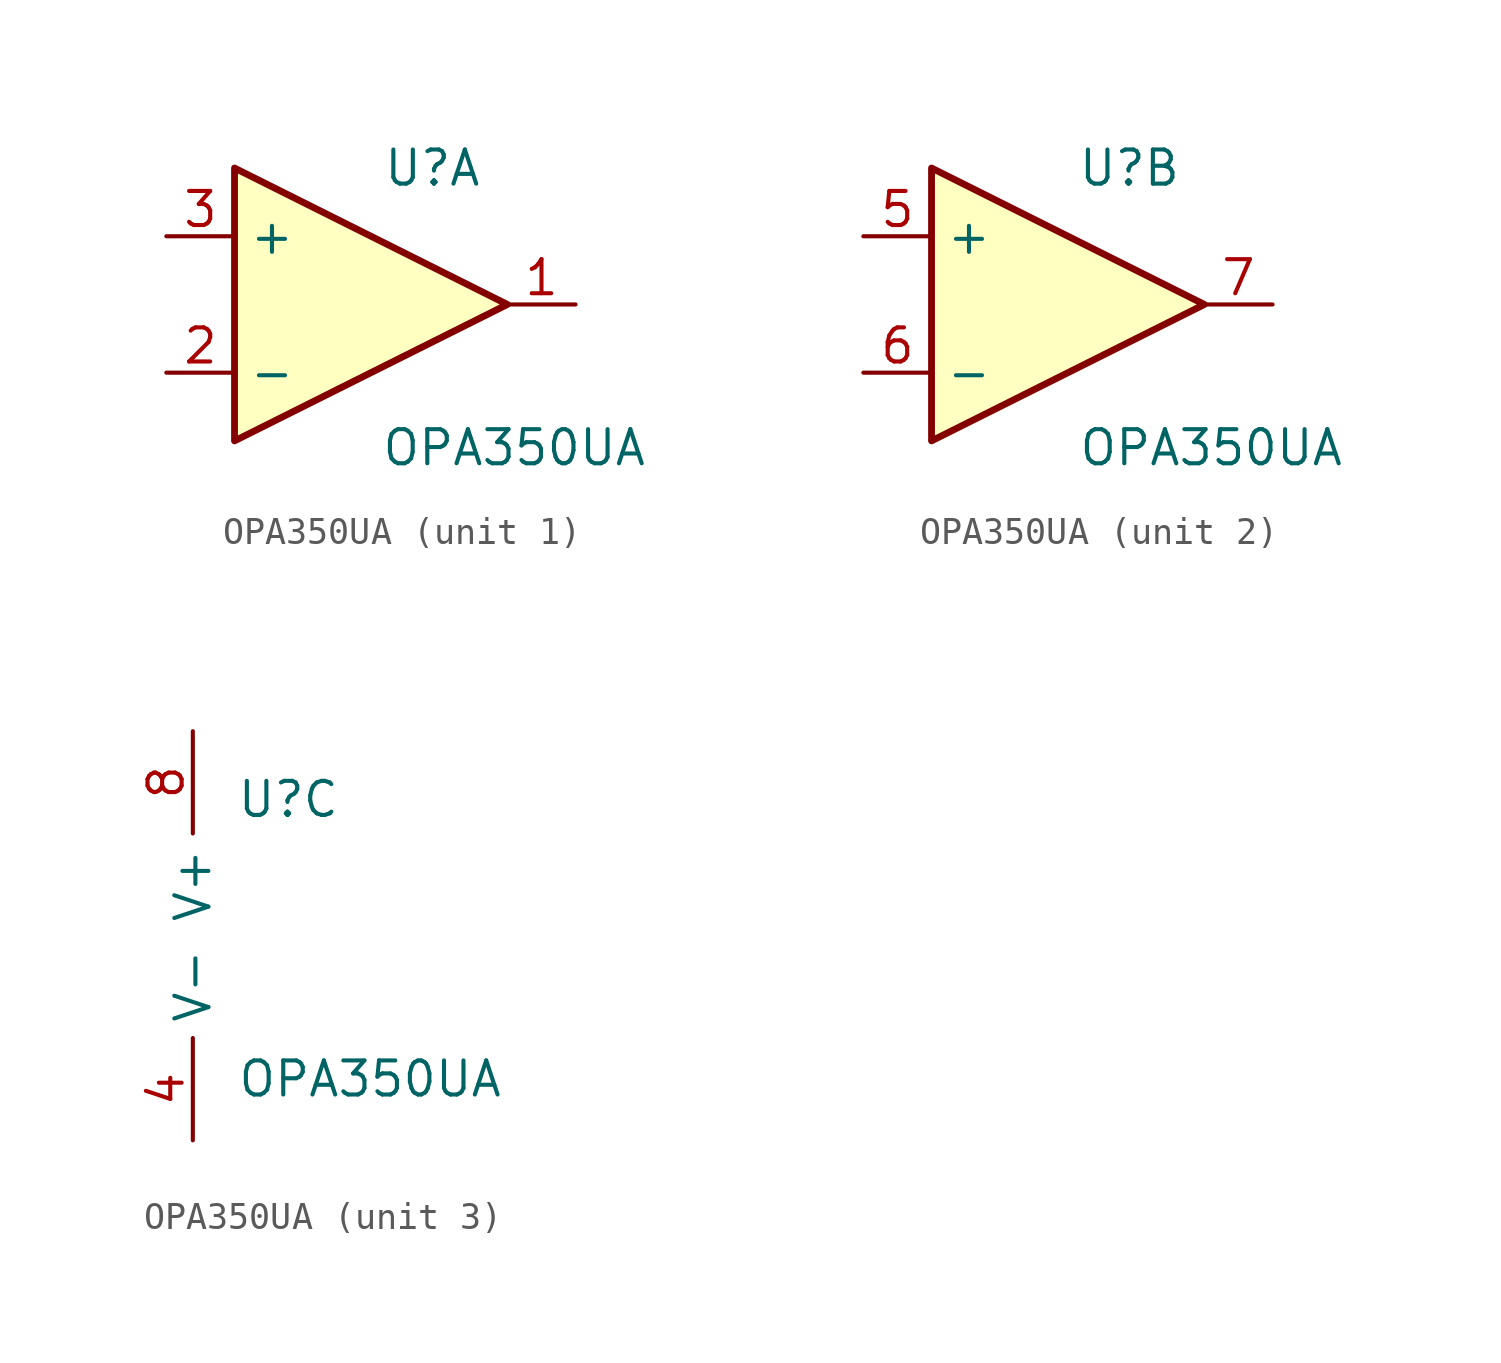
<source format=kicad_sym>
(kicad_symbol_lib
  (version 20241209)
  (generator "kicad_symbol_editor")
  (generator_version "9.0")
  (symbol "OPA350UA"
    (property "Reference" "U"
      (at 3.556 5.08 0)
      (effects (font (size 1.27 1.27))))
    (property "Value" "OPA350UA"
      (at 6.604 -5.334 0)
      (effects (font (size 1.27 1.27))))
    (property "ki_locked" ""
      (at 0 0 0)
      (effects (font (size 1.27 1.27))))
    (symbol "OPA350UA_1_1"
      (polyline (pts (xy -3.81 5.08) (xy 6.35 0) (xy -3.81 -5.08) (xy -3.81 5.08)) (stroke (width 0.254) (type solid)) (fill (type background)))
      (pin input line (at -6.35 2.54 0) (length 2.54) (name "+" (effects (font (size 1.27 1.27)))) (number "3" (effects (font (size 1.27 1.27)))))
      (pin input line (at -6.35 -2.54 0) (length 2.54) (name "-" (effects (font (size 1.27 1.27)))) (number "2" (effects (font (size 1.27 1.27)))))
      (pin output line (at 8.89 0 180) (length 2.54) (name "~" (effects (font (size 1.27 1.27)))) (number "1" (effects (font (size 1.27 1.27))))))
    (symbol "OPA350UA_2_1"
      (polyline (pts (xy -3.81 5.08) (xy 6.35 0) (xy -3.81 -5.08) (xy -3.81 5.08)) (stroke (width 0.254) (type default)) (fill (type background)))
      (pin input line (at -6.35 2.54 0) (length 2.54) (name "+" (effects (font (size 1.27 1.27)))) (number "5" (effects (font (size 1.27 1.27)))))
      (pin input line (at -6.35 -2.54 0) (length 2.54) (name "-" (effects (font (size 1.27 1.27)))) (number "6" (effects (font (size 1.27 1.27)))))
      (pin output line (at 8.89 0 180) (length 2.54) (name "~" (effects (font (size 1.27 1.27)))) (number "7" (effects (font (size 1.27 1.27))))))
    (symbol "OPA350UA_3_1"
      (pin power_in line (at 0 7.62 270) (length 3.81) (name "V+" (effects (font (size 1.27 1.27)))) (number "8" (effects (font (size 1.27 1.27)))))
      (pin power_in line (at 0 -7.62 90) (length 3.81) (name "V-" (effects (font (size 1.27 1.27)))) (number "4" (effects (font (size 1.27 1.27))))))))
</source>
